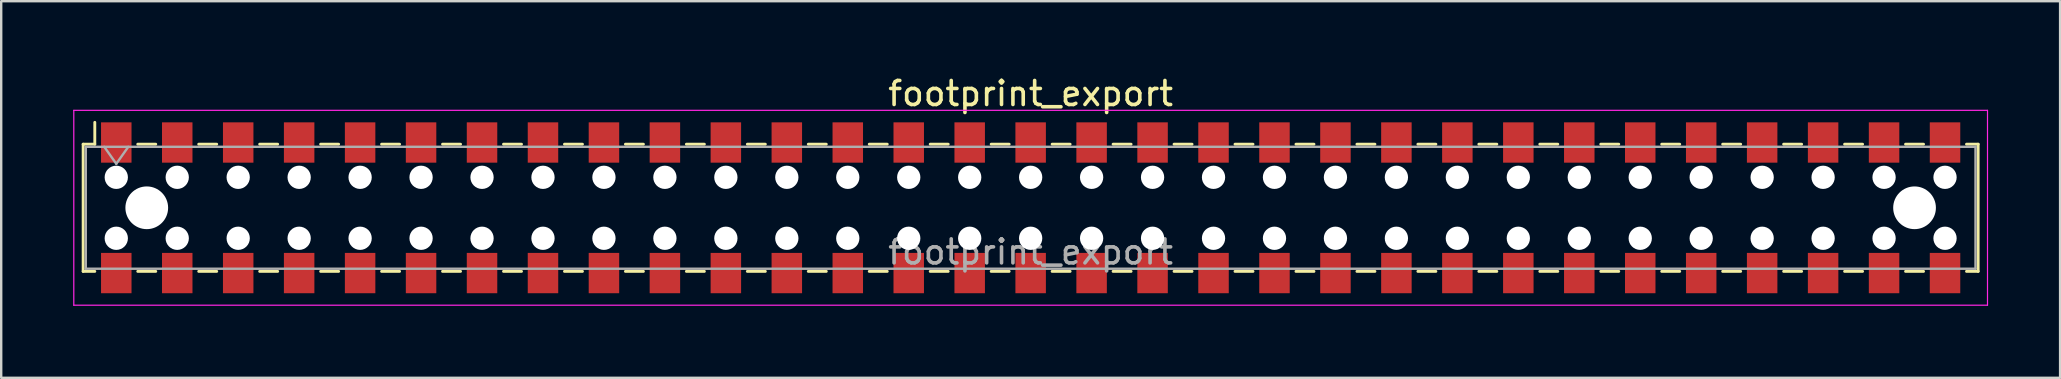
<source format=kicad_pcb>
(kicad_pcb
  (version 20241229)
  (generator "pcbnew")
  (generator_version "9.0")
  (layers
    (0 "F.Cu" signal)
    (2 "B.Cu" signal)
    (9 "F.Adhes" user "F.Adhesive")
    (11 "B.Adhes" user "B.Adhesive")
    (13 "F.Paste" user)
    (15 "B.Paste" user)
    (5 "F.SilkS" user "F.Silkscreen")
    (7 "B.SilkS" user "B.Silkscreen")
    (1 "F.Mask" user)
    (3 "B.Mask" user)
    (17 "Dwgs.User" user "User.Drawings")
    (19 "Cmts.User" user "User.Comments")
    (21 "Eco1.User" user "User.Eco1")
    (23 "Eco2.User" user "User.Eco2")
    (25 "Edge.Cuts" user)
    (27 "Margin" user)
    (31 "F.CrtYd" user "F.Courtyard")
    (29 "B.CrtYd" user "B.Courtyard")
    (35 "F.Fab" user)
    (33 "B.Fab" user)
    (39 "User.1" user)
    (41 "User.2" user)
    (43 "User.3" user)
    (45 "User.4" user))
  (footprint "footprint_export"
    (layer "F.Cu")
    (at 39.895 5.608)
    (property "Reference" "footprint_export" (at 0 -4.76 0) (layer "F.SilkS") (effects (font (size 1 1) (thickness 0.15))))
    (attr smd)
    (fp_line (start -39.48 -2.65) (end -39.48 2.65) (stroke (width 0.12) (type solid)) (layer "F.SilkS"))
    (fp_line (start -39.48 2.65) (end -38.995 2.65) (stroke (width 0.12) (type solid)) (layer "F.SilkS"))
    (fp_line (start -38.995 -3.56) (end -38.995 -2.65) (stroke (width 0.12) (type solid)) (layer "F.SilkS"))
    (fp_line (start -38.995 -2.65) (end -39.48 -2.65) (stroke (width 0.12) (type solid)) (layer "F.SilkS"))
    (fp_line (start -37.205 -2.65) (end -36.455 -2.65) (stroke (width 0.12) (type solid)) (layer "F.SilkS"))
    (fp_line (start -37.205 2.65) (end -36.455 2.65) (stroke (width 0.12) (type solid)) (layer "F.SilkS"))
    (fp_line (start -34.665 -2.65) (end -33.915 -2.65) (stroke (width 0.12) (type solid)) (layer "F.SilkS"))
    (fp_line (start -34.665 2.65) (end -33.915 2.65) (stroke (width 0.12) (type solid)) (layer "F.SilkS"))
    (fp_line (start -32.125 -2.65) (end -31.375 -2.65) (stroke (width 0.12) (type solid)) (layer "F.SilkS"))
    (fp_line (start -32.125 2.65) (end -31.375 2.65) (stroke (width 0.12) (type solid)) (layer "F.SilkS"))
    (fp_line (start -29.585 -2.65) (end -28.835 -2.65) (stroke (width 0.12) (type solid)) (layer "F.SilkS"))
    (fp_line (start -29.585 2.65) (end -28.835 2.65) (stroke (width 0.12) (type solid)) (layer "F.SilkS"))
    (fp_line (start -27.045 -2.65) (end -26.295 -2.65) (stroke (width 0.12) (type solid)) (layer "F.SilkS"))
    (fp_line (start -27.045 2.65) (end -26.295 2.65) (stroke (width 0.12) (type solid)) (layer "F.SilkS"))
    (fp_line (start -24.505 -2.65) (end -23.755 -2.65) (stroke (width 0.12) (type solid)) (layer "F.SilkS"))
    (fp_line (start -24.505 2.65) (end -23.755 2.65) (stroke (width 0.12) (type solid)) (layer "F.SilkS"))
    (fp_line (start -21.965 -2.65) (end -21.215 -2.65) (stroke (width 0.12) (type solid)) (layer "F.SilkS"))
    (fp_line (start -21.965 2.65) (end -21.215 2.65) (stroke (width 0.12) (type solid)) (layer "F.SilkS"))
    (fp_line (start -19.425 -2.65) (end -18.675 -2.65) (stroke (width 0.12) (type solid)) (layer "F.SilkS"))
    (fp_line (start -19.425 2.65) (end -18.675 2.65) (stroke (width 0.12) (type solid)) (layer "F.SilkS"))
    (fp_line (start -16.885 -2.65) (end -16.135 -2.65) (stroke (width 0.12) (type solid)) (layer "F.SilkS"))
    (fp_line (start -16.885 2.65) (end -16.135 2.65) (stroke (width 0.12) (type solid)) (layer "F.SilkS"))
    (fp_line (start -14.345 -2.65) (end -13.595 -2.65) (stroke (width 0.12) (type solid)) (layer "F.SilkS"))
    (fp_line (start -14.345 2.65) (end -13.595 2.65) (stroke (width 0.12) (type solid)) (layer "F.SilkS"))
    (fp_line (start -11.805 -2.65) (end -11.055 -2.65) (stroke (width 0.12) (type solid)) (layer "F.SilkS"))
    (fp_line (start -11.805 2.65) (end -11.055 2.65) (stroke (width 0.12) (type solid)) (layer "F.SilkS"))
    (fp_line (start -9.265 -2.65) (end -8.515 -2.65) (stroke (width 0.12) (type solid)) (layer "F.SilkS"))
    (fp_line (start -9.265 2.65) (end -8.515 2.65) (stroke (width 0.12) (type solid)) (layer "F.SilkS"))
    (fp_line (start -6.725 -2.65) (end -5.975 -2.65) (stroke (width 0.12) (type solid)) (layer "F.SilkS"))
    (fp_line (start -6.725 2.65) (end -5.975 2.65) (stroke (width 0.12) (type solid)) (layer "F.SilkS"))
    (fp_line (start -4.185 -2.65) (end -3.435 -2.65) (stroke (width 0.12) (type solid)) (layer "F.SilkS"))
    (fp_line (start -4.185 2.65) (end -3.435 2.65) (stroke (width 0.12) (type solid)) (layer "F.SilkS"))
    (fp_line (start -1.645 -2.65) (end -0.895 -2.65) (stroke (width 0.12) (type solid)) (layer "F.SilkS"))
    (fp_line (start -1.645 2.65) (end -0.895 2.65) (stroke (width 0.12) (type solid)) (layer "F.SilkS"))
    (fp_line (start 0.895 -2.65) (end 1.645 -2.65) (stroke (width 0.12) (type solid)) (layer "F.SilkS"))
    (fp_line (start 0.895 2.65) (end 1.645 2.65) (stroke (width 0.12) (type solid)) (layer "F.SilkS"))
    (fp_line (start 3.435 -2.65) (end 4.185 -2.65) (stroke (width 0.12) (type solid)) (layer "F.SilkS"))
    (fp_line (start 3.435 2.65) (end 4.185 2.65) (stroke (width 0.12) (type solid)) (layer "F.SilkS"))
    (fp_line (start 5.975 -2.65) (end 6.725 -2.65) (stroke (width 0.12) (type solid)) (layer "F.SilkS"))
    (fp_line (start 5.975 2.65) (end 6.725 2.65) (stroke (width 0.12) (type solid)) (layer "F.SilkS"))
    (fp_line (start 8.515 -2.65) (end 9.265 -2.65) (stroke (width 0.12) (type solid)) (layer "F.SilkS"))
    (fp_line (start 8.515 2.65) (end 9.265 2.65) (stroke (width 0.12) (type solid)) (layer "F.SilkS"))
    (fp_line (start 11.055 -2.65) (end 11.805 -2.65) (stroke (width 0.12) (type solid)) (layer "F.SilkS"))
    (fp_line (start 11.055 2.65) (end 11.805 2.65) (stroke (width 0.12) (type solid)) (layer "F.SilkS"))
    (fp_line (start 13.595 -2.65) (end 14.345 -2.65) (stroke (width 0.12) (type solid)) (layer "F.SilkS"))
    (fp_line (start 13.595 2.65) (end 14.345 2.65) (stroke (width 0.12) (type solid)) (layer "F.SilkS"))
    (fp_line (start 16.135 -2.65) (end 16.885 -2.65) (stroke (width 0.12) (type solid)) (layer "F.SilkS"))
    (fp_line (start 16.135 2.65) (end 16.885 2.65) (stroke (width 0.12) (type solid)) (layer "F.SilkS"))
    (fp_line (start 18.675 -2.65) (end 19.425 -2.65) (stroke (width 0.12) (type solid)) (layer "F.SilkS"))
    (fp_line (start 18.675 2.65) (end 19.425 2.65) (stroke (width 0.12) (type solid)) (layer "F.SilkS"))
    (fp_line (start 21.215 -2.65) (end 21.965 -2.65) (stroke (width 0.12) (type solid)) (layer "F.SilkS"))
    (fp_line (start 21.215 2.65) (end 21.965 2.65) (stroke (width 0.12) (type solid)) (layer "F.SilkS"))
    (fp_line (start 23.755 -2.65) (end 24.505 -2.65) (stroke (width 0.12) (type solid)) (layer "F.SilkS"))
    (fp_line (start 23.755 2.65) (end 24.505 2.65) (stroke (width 0.12) (type solid)) (layer "F.SilkS"))
    (fp_line (start 26.295 -2.65) (end 27.045 -2.65) (stroke (width 0.12) (type solid)) (layer "F.SilkS"))
    (fp_line (start 26.295 2.65) (end 27.045 2.65) (stroke (width 0.12) (type solid)) (layer "F.SilkS"))
    (fp_line (start 28.835 -2.65) (end 29.585 -2.65) (stroke (width 0.12) (type solid)) (layer "F.SilkS"))
    (fp_line (start 28.835 2.65) (end 29.585 2.65) (stroke (width 0.12) (type solid)) (layer "F.SilkS"))
    (fp_line (start 31.375 -2.65) (end 32.125 -2.65) (stroke (width 0.12) (type solid)) (layer "F.SilkS"))
    (fp_line (start 31.375 2.65) (end 32.125 2.65) (stroke (width 0.12) (type solid)) (layer "F.SilkS"))
    (fp_line (start 33.915 -2.65) (end 34.665 -2.65) (stroke (width 0.12) (type solid)) (layer "F.SilkS"))
    (fp_line (start 33.915 2.65) (end 34.665 2.65) (stroke (width 0.12) (type solid)) (layer "F.SilkS"))
    (fp_line (start 36.455 -2.65) (end 37.205 -2.65) (stroke (width 0.12) (type solid)) (layer "F.SilkS"))
    (fp_line (start 36.455 2.65) (end 37.205 2.65) (stroke (width 0.12) (type solid)) (layer "F.SilkS"))
    (fp_line (start 38.995 -2.65) (end 39.48 -2.65) (stroke (width 0.12) (type solid)) (layer "F.SilkS"))
    (fp_line (start 39.48 -2.65) (end 39.48 2.65) (stroke (width 0.12) (type solid)) (layer "F.SilkS"))
    (fp_line (start 39.48 2.65) (end 38.995 2.65) (stroke (width 0.12) (type solid)) (layer "F.SilkS"))
    (fp_line (start -39.87 -4.06) (end 39.87 -4.06) (stroke (width 0.05) (type solid)) (layer "F.CrtYd"))
    (fp_line (start -39.87 4.06) (end -39.87 -4.06) (stroke (width 0.05) (type solid)) (layer "F.CrtYd"))
    (fp_line (start 39.87 -4.06) (end 39.87 4.06) (stroke (width 0.05) (type solid)) (layer "F.CrtYd"))
    (fp_line (start 39.87 4.06) (end -39.87 4.06) (stroke (width 0.05) (type solid)) (layer "F.CrtYd"))
    (fp_line (start -39.37 -2.54) (end 39.37 -2.54) (stroke (width 0.1) (type solid)) (layer "F.Fab"))
    (fp_line (start -39.37 2.54) (end -39.37 -2.54) (stroke (width 0.1) (type solid)) (layer "F.Fab"))
    (fp_line (start -38.6 -2.54) (end -38.1 -1.833) (stroke (width 0.1) (type solid)) (layer "F.Fab"))
    (fp_line (start -38.1 -1.833) (end -37.6 -2.54) (stroke (width 0.1) (type solid)) (layer "F.Fab"))
    (fp_line (start 39.37 -2.54) (end 39.37 2.54) (stroke (width 0.1) (type solid)) (layer "F.Fab"))
    (fp_line (start 39.37 2.54) (end -39.37 2.54) (stroke (width 0.1) (type solid)) (layer "F.Fab"))
    (fp_text user "${REFERENCE}" (at 0 1.84 0) (layer "F.Fab") (effects (font (size 1 1) (thickness 0.15))))
    (pad "" np_thru_hole circle (at -38.1 -1.27) (size 0.97 0.97) (drill 0.97) (layers "*.Cu" "*.Mask"))
    (pad "" np_thru_hole circle (at -38.1 1.27) (size 0.97 0.97) (drill 0.97) (layers "*.Cu" "*.Mask"))
    (pad "" np_thru_hole circle (at -36.83 0) (size 1.78 1.78) (drill 1.78) (layers "*.Cu" "*.Mask"))
    (pad "" np_thru_hole circle (at -35.56 -1.27) (size 0.97 0.97) (drill 0.97) (layers "*.Cu" "*.Mask"))
    (pad "" np_thru_hole circle (at -35.56 1.27) (size 0.97 0.97) (drill 0.97) (layers "*.Cu" "*.Mask"))
    (pad "" np_thru_hole circle (at -33.02 -1.27) (size 0.97 0.97) (drill 0.97) (layers "*.Cu" "*.Mask"))
    (pad "" np_thru_hole circle (at -33.02 1.27) (size 0.97 0.97) (drill 0.97) (layers "*.Cu" "*.Mask"))
    (pad "" np_thru_hole circle (at -30.48 -1.27) (size 0.97 0.97) (drill 0.97) (layers "*.Cu" "*.Mask"))
    (pad "" np_thru_hole circle (at -30.48 1.27) (size 0.97 0.97) (drill 0.97) (layers "*.Cu" "*.Mask"))
    (pad "" np_thru_hole circle (at -27.94 -1.27) (size 0.97 0.97) (drill 0.97) (layers "*.Cu" "*.Mask"))
    (pad "" np_thru_hole circle (at -27.94 1.27) (size 0.97 0.97) (drill 0.97) (layers "*.Cu" "*.Mask"))
    (pad "" np_thru_hole circle (at -25.4 -1.27) (size 0.97 0.97) (drill 0.97) (layers "*.Cu" "*.Mask"))
    (pad "" np_thru_hole circle (at -25.4 1.27) (size 0.97 0.97) (drill 0.97) (layers "*.Cu" "*.Mask"))
    (pad "" np_thru_hole circle (at -22.86 -1.27) (size 0.97 0.97) (drill 0.97) (layers "*.Cu" "*.Mask"))
    (pad "" np_thru_hole circle (at -22.86 1.27) (size 0.97 0.97) (drill 0.97) (layers "*.Cu" "*.Mask"))
    (pad "" np_thru_hole circle (at -20.32 -1.27) (size 0.97 0.97) (drill 0.97) (layers "*.Cu" "*.Mask"))
    (pad "" np_thru_hole circle (at -20.32 1.27) (size 0.97 0.97) (drill 0.97) (layers "*.Cu" "*.Mask"))
    (pad "" np_thru_hole circle (at -17.78 -1.27) (size 0.97 0.97) (drill 0.97) (layers "*.Cu" "*.Mask"))
    (pad "" np_thru_hole circle (at -17.78 1.27) (size 0.97 0.97) (drill 0.97) (layers "*.Cu" "*.Mask"))
    (pad "" np_thru_hole circle (at -15.24 -1.27) (size 0.97 0.97) (drill 0.97) (layers "*.Cu" "*.Mask"))
    (pad "" np_thru_hole circle (at -15.24 1.27) (size 0.97 0.97) (drill 0.97) (layers "*.Cu" "*.Mask"))
    (pad "" np_thru_hole circle (at -12.7 -1.27) (size 0.97 0.97) (drill 0.97) (layers "*.Cu" "*.Mask"))
    (pad "" np_thru_hole circle (at -12.7 1.27) (size 0.97 0.97) (drill 0.97) (layers "*.Cu" "*.Mask"))
    (pad "" np_thru_hole circle (at -10.16 -1.27) (size 0.97 0.97) (drill 0.97) (layers "*.Cu" "*.Mask"))
    (pad "" np_thru_hole circle (at -10.16 1.27) (size 0.97 0.97) (drill 0.97) (layers "*.Cu" "*.Mask"))
    (pad "" np_thru_hole circle (at -7.62 -1.27) (size 0.97 0.97) (drill 0.97) (layers "*.Cu" "*.Mask"))
    (pad "" np_thru_hole circle (at -7.62 1.27) (size 0.97 0.97) (drill 0.97) (layers "*.Cu" "*.Mask"))
    (pad "" np_thru_hole circle (at -5.08 -1.27) (size 0.97 0.97) (drill 0.97) (layers "*.Cu" "*.Mask"))
    (pad "" np_thru_hole circle (at -5.08 1.27) (size 0.97 0.97) (drill 0.97) (layers "*.Cu" "*.Mask"))
    (pad "" np_thru_hole circle (at -2.54 -1.27) (size 0.97 0.97) (drill 0.97) (layers "*.Cu" "*.Mask"))
    (pad "" np_thru_hole circle (at -2.54 1.27) (size 0.97 0.97) (drill 0.97) (layers "*.Cu" "*.Mask"))
    (pad "" np_thru_hole circle (at 0 -1.27) (size 0.97 0.97) (drill 0.97) (layers "*.Cu" "*.Mask"))
    (pad "" np_thru_hole circle (at 0 1.27) (size 0.97 0.97) (drill 0.97) (layers "*.Cu" "*.Mask"))
    (pad "" np_thru_hole circle (at 2.54 -1.27) (size 0.97 0.97) (drill 0.97) (layers "*.Cu" "*.Mask"))
    (pad "" np_thru_hole circle (at 2.54 1.27) (size 0.97 0.97) (drill 0.97) (layers "*.Cu" "*.Mask"))
    (pad "" np_thru_hole circle (at 5.08 -1.27) (size 0.97 0.97) (drill 0.97) (layers "*.Cu" "*.Mask"))
    (pad "" np_thru_hole circle (at 5.08 1.27) (size 0.97 0.97) (drill 0.97) (layers "*.Cu" "*.Mask"))
    (pad "" np_thru_hole circle (at 7.62 -1.27) (size 0.97 0.97) (drill 0.97) (layers "*.Cu" "*.Mask"))
    (pad "" np_thru_hole circle (at 7.62 1.27) (size 0.97 0.97) (drill 0.97) (layers "*.Cu" "*.Mask"))
    (pad "" np_thru_hole circle (at 10.16 -1.27) (size 0.97 0.97) (drill 0.97) (layers "*.Cu" "*.Mask"))
    (pad "" np_thru_hole circle (at 10.16 1.27) (size 0.97 0.97) (drill 0.97) (layers "*.Cu" "*.Mask"))
    (pad "" np_thru_hole circle (at 12.7 -1.27) (size 0.97 0.97) (drill 0.97) (layers "*.Cu" "*.Mask"))
    (pad "" np_thru_hole circle (at 12.7 1.27) (size 0.97 0.97) (drill 0.97) (layers "*.Cu" "*.Mask"))
    (pad "" np_thru_hole circle (at 15.24 -1.27) (size 0.97 0.97) (drill 0.97) (layers "*.Cu" "*.Mask"))
    (pad "" np_thru_hole circle (at 15.24 1.27) (size 0.97 0.97) (drill 0.97) (layers "*.Cu" "*.Mask"))
    (pad "" np_thru_hole circle (at 17.78 -1.27) (size 0.97 0.97) (drill 0.97) (layers "*.Cu" "*.Mask"))
    (pad "" np_thru_hole circle (at 17.78 1.27) (size 0.97 0.97) (drill 0.97) (layers "*.Cu" "*.Mask"))
    (pad "" np_thru_hole circle (at 20.32 -1.27) (size 0.97 0.97) (drill 0.97) (layers "*.Cu" "*.Mask"))
    (pad "" np_thru_hole circle (at 20.32 1.27) (size 0.97 0.97) (drill 0.97) (layers "*.Cu" "*.Mask"))
    (pad "" np_thru_hole circle (at 22.86 -1.27) (size 0.97 0.97) (drill 0.97) (layers "*.Cu" "*.Mask"))
    (pad "" np_thru_hole circle (at 22.86 1.27) (size 0.97 0.97) (drill 0.97) (layers "*.Cu" "*.Mask"))
    (pad "" np_thru_hole circle (at 25.4 -1.27) (size 0.97 0.97) (drill 0.97) (layers "*.Cu" "*.Mask"))
    (pad "" np_thru_hole circle (at 25.4 1.27) (size 0.97 0.97) (drill 0.97) (layers "*.Cu" "*.Mask"))
    (pad "" np_thru_hole circle (at 27.94 -1.27) (size 0.97 0.97) (drill 0.97) (layers "*.Cu" "*.Mask"))
    (pad "" np_thru_hole circle (at 27.94 1.27) (size 0.97 0.97) (drill 0.97) (layers "*.Cu" "*.Mask"))
    (pad "" np_thru_hole circle (at 30.48 -1.27) (size 0.97 0.97) (drill 0.97) (layers "*.Cu" "*.Mask"))
    (pad "" np_thru_hole circle (at 30.48 1.27) (size 0.97 0.97) (drill 0.97) (layers "*.Cu" "*.Mask"))
    (pad "" np_thru_hole circle (at 33.02 -1.27) (size 0.97 0.97) (drill 0.97) (layers "*.Cu" "*.Mask"))
    (pad "" np_thru_hole circle (at 33.02 1.27) (size 0.97 0.97) (drill 0.97) (layers "*.Cu" "*.Mask"))
    (pad "" np_thru_hole circle (at 35.56 -1.27) (size 0.97 0.97) (drill 0.97) (layers "*.Cu" "*.Mask"))
    (pad "" np_thru_hole circle (at 35.56 1.27) (size 0.97 0.97) (drill 0.97) (layers "*.Cu" "*.Mask"))
    (pad "" np_thru_hole circle (at 36.83 0) (size 1.78 1.78) (drill 1.78) (layers "*.Cu" "*.Mask"))
    (pad "" np_thru_hole circle (at 38.1 -1.27) (size 0.97 0.97) (drill 0.97) (layers "*.Cu" "*.Mask"))
    (pad "" np_thru_hole circle (at 38.1 1.27) (size 0.97 0.97) (drill 0.97) (layers "*.Cu" "*.Mask"))
    (pad "1" smd rect (at -38.1 -2.72) (size 1.27 1.68) (layers "F.Cu" "F.Mask" "F.Paste"))
    (pad "2" smd rect (at -38.1 2.72) (size 1.27 1.68) (layers "F.Cu" "F.Mask" "F.Paste"))
    (pad "3" smd rect (at -35.56 -2.72) (size 1.27 1.68) (layers "F.Cu" "F.Mask" "F.Paste"))
    (pad "4" smd rect (at -35.56 2.72) (size 1.27 1.68) (layers "F.Cu" "F.Mask" "F.Paste"))
    (pad "5" smd rect (at -33.02 -2.72) (size 1.27 1.68) (layers "F.Cu" "F.Mask" "F.Paste"))
    (pad "6" smd rect (at -33.02 2.72) (size 1.27 1.68) (layers "F.Cu" "F.Mask" "F.Paste"))
    (pad "7" smd rect (at -30.48 -2.72) (size 1.27 1.68) (layers "F.Cu" "F.Mask" "F.Paste"))
    (pad "8" smd rect (at -30.48 2.72) (size 1.27 1.68) (layers "F.Cu" "F.Mask" "F.Paste"))
    (pad "9" smd rect (at -27.94 -2.72) (size 1.27 1.68) (layers "F.Cu" "F.Mask" "F.Paste"))
    (pad "10" smd rect (at -27.94 2.72) (size 1.27 1.68) (layers "F.Cu" "F.Mask" "F.Paste"))
    (pad "11" smd rect (at -25.4 -2.72) (size 1.27 1.68) (layers "F.Cu" "F.Mask" "F.Paste"))
    (pad "12" smd rect (at -25.4 2.72) (size 1.27 1.68) (layers "F.Cu" "F.Mask" "F.Paste"))
    (pad "13" smd rect (at -22.86 -2.72) (size 1.27 1.68) (layers "F.Cu" "F.Mask" "F.Paste"))
    (pad "14" smd rect (at -22.86 2.72) (size 1.27 1.68) (layers "F.Cu" "F.Mask" "F.Paste"))
    (pad "15" smd rect (at -20.32 -2.72) (size 1.27 1.68) (layers "F.Cu" "F.Mask" "F.Paste"))
    (pad "16" smd rect (at -20.32 2.72) (size 1.27 1.68) (layers "F.Cu" "F.Mask" "F.Paste"))
    (pad "17" smd rect (at -17.78 -2.72) (size 1.27 1.68) (layers "F.Cu" "F.Mask" "F.Paste"))
    (pad "18" smd rect (at -17.78 2.72) (size 1.27 1.68) (layers "F.Cu" "F.Mask" "F.Paste"))
    (pad "19" smd rect (at -15.24 -2.72) (size 1.27 1.68) (layers "F.Cu" "F.Mask" "F.Paste"))
    (pad "20" smd rect (at -15.24 2.72) (size 1.27 1.68) (layers "F.Cu" "F.Mask" "F.Paste"))
    (pad "21" smd rect (at -12.7 -2.72) (size 1.27 1.68) (layers "F.Cu" "F.Mask" "F.Paste"))
    (pad "22" smd rect (at -12.7 2.72) (size 1.27 1.68) (layers "F.Cu" "F.Mask" "F.Paste"))
    (pad "23" smd rect (at -10.16 -2.72) (size 1.27 1.68) (layers "F.Cu" "F.Mask" "F.Paste"))
    (pad "24" smd rect (at -10.16 2.72) (size 1.27 1.68) (layers "F.Cu" "F.Mask" "F.Paste"))
    (pad "25" smd rect (at -7.62 -2.72) (size 1.27 1.68) (layers "F.Cu" "F.Mask" "F.Paste"))
    (pad "26" smd rect (at -7.62 2.72) (size 1.27 1.68) (layers "F.Cu" "F.Mask" "F.Paste"))
    (pad "27" smd rect (at -5.08 -2.72) (size 1.27 1.68) (layers "F.Cu" "F.Mask" "F.Paste"))
    (pad "28" smd rect (at -5.08 2.72) (size 1.27 1.68) (layers "F.Cu" "F.Mask" "F.Paste"))
    (pad "29" smd rect (at -2.54 -2.72) (size 1.27 1.68) (layers "F.Cu" "F.Mask" "F.Paste"))
    (pad "30" smd rect (at -2.54 2.72) (size 1.27 1.68) (layers "F.Cu" "F.Mask" "F.Paste"))
    (pad "31" smd rect (at 0 -2.72) (size 1.27 1.68) (layers "F.Cu" "F.Mask" "F.Paste"))
    (pad "32" smd rect (at 0 2.72) (size 1.27 1.68) (layers "F.Cu" "F.Mask" "F.Paste"))
    (pad "33" smd rect (at 2.54 -2.72) (size 1.27 1.68) (layers "F.Cu" "F.Mask" "F.Paste"))
    (pad "34" smd rect (at 2.54 2.72) (size 1.27 1.68) (layers "F.Cu" "F.Mask" "F.Paste"))
    (pad "35" smd rect (at 5.08 -2.72) (size 1.27 1.68) (layers "F.Cu" "F.Mask" "F.Paste"))
    (pad "36" smd rect (at 5.08 2.72) (size 1.27 1.68) (layers "F.Cu" "F.Mask" "F.Paste"))
    (pad "37" smd rect (at 7.62 -2.72) (size 1.27 1.68) (layers "F.Cu" "F.Mask" "F.Paste"))
    (pad "38" smd rect (at 7.62 2.72) (size 1.27 1.68) (layers "F.Cu" "F.Mask" "F.Paste"))
    (pad "39" smd rect (at 10.16 -2.72) (size 1.27 1.68) (layers "F.Cu" "F.Mask" "F.Paste"))
    (pad "40" smd rect (at 10.16 2.72) (size 1.27 1.68) (layers "F.Cu" "F.Mask" "F.Paste"))
    (pad "41" smd rect (at 12.7 -2.72) (size 1.27 1.68) (layers "F.Cu" "F.Mask" "F.Paste"))
    (pad "42" smd rect (at 12.7 2.72) (size 1.27 1.68) (layers "F.Cu" "F.Mask" "F.Paste"))
    (pad "43" smd rect (at 15.24 -2.72) (size 1.27 1.68) (layers "F.Cu" "F.Mask" "F.Paste"))
    (pad "44" smd rect (at 15.24 2.72) (size 1.27 1.68) (layers "F.Cu" "F.Mask" "F.Paste"))
    (pad "45" smd rect (at 17.78 -2.72) (size 1.27 1.68) (layers "F.Cu" "F.Mask" "F.Paste"))
    (pad "46" smd rect (at 17.78 2.72) (size 1.27 1.68) (layers "F.Cu" "F.Mask" "F.Paste"))
    (pad "47" smd rect (at 20.32 -2.72) (size 1.27 1.68) (layers "F.Cu" "F.Mask" "F.Paste"))
    (pad "48" smd rect (at 20.32 2.72) (size 1.27 1.68) (layers "F.Cu" "F.Mask" "F.Paste"))
    (pad "49" smd rect (at 22.86 -2.72) (size 1.27 1.68) (layers "F.Cu" "F.Mask" "F.Paste"))
    (pad "50" smd rect (at 22.86 2.72) (size 1.27 1.68) (layers "F.Cu" "F.Mask" "F.Paste"))
    (pad "51" smd rect (at 25.4 -2.72) (size 1.27 1.68) (layers "F.Cu" "F.Mask" "F.Paste"))
    (pad "52" smd rect (at 25.4 2.72) (size 1.27 1.68) (layers "F.Cu" "F.Mask" "F.Paste"))
    (pad "53" smd rect (at 27.94 -2.72) (size 1.27 1.68) (layers "F.Cu" "F.Mask" "F.Paste"))
    (pad "54" smd rect (at 27.94 2.72) (size 1.27 1.68) (layers "F.Cu" "F.Mask" "F.Paste"))
    (pad "55" smd rect (at 30.48 -2.72) (size 1.27 1.68) (layers "F.Cu" "F.Mask" "F.Paste"))
    (pad "56" smd rect (at 30.48 2.72) (size 1.27 1.68) (layers "F.Cu" "F.Mask" "F.Paste"))
    (pad "57" smd rect (at 33.02 -2.72) (size 1.27 1.68) (layers "F.Cu" "F.Mask" "F.Paste"))
    (pad "58" smd rect (at 33.02 2.72) (size 1.27 1.68) (layers "F.Cu" "F.Mask" "F.Paste"))
    (pad "59" smd rect (at 35.56 -2.72) (size 1.27 1.68) (layers "F.Cu" "F.Mask" "F.Paste"))
    (pad "60" smd rect (at 35.56 2.72) (size 1.27 1.68) (layers "F.Cu" "F.Mask" "F.Paste"))
    (pad "61" smd rect (at 38.1 -2.72) (size 1.27 1.68) (layers "F.Cu" "F.Mask" "F.Paste"))
    (pad "62" smd rect (at 38.1 2.72) (size 1.27 1.68) (layers "F.Cu" "F.Mask" "F.Paste")))
  (gr_rect
    (start -3 -3)
    (end 82.79 12.693)
    (stroke (width 0.1) (type default))
    (fill no)
    (layer "Edge.Cuts")))
</source>
